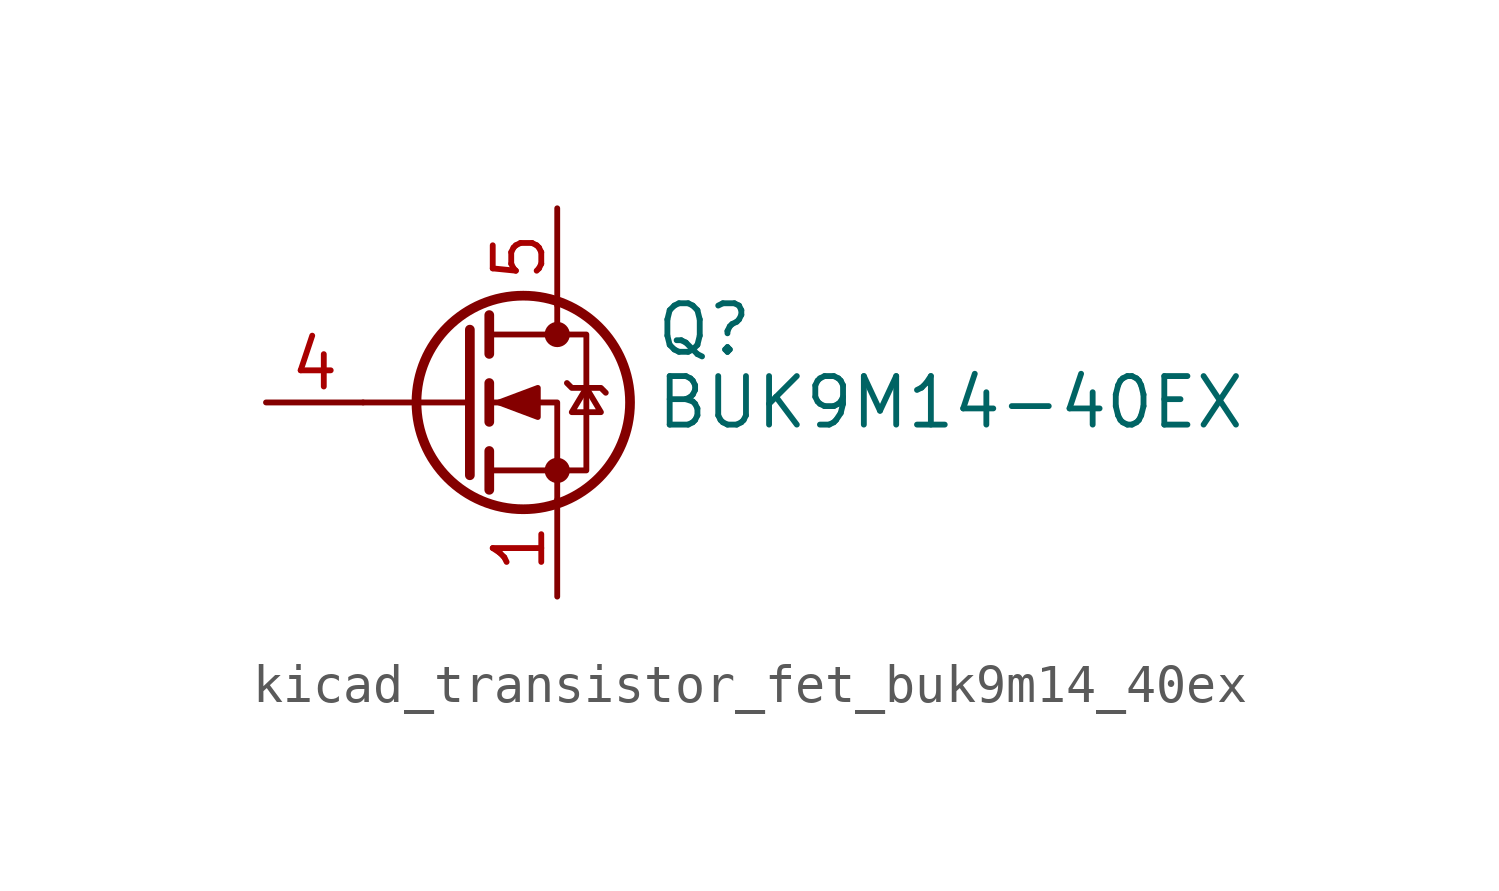
<source format=kicad_sym>
(kicad_symbol_lib
  (version 20220914)
  (generator kicad_symbol_editor)
  (symbol "kicad_transistor_fet_buk9m14_40ex"
    (pin_names hide)
    (property "Reference" "Q"
      (at 5.08 1.905 0)
      (effects (font (size 1.27 1.27)) (justify left)))
    (property "Value" "BUK9M14-40EX"
      (at 5.08 0 0)
      (effects (font (size 1.27 1.27)) (justify left)))
    (symbol "kicad_transistor_fet_buk9m14_40ex_0_1"
      (polyline (pts (xy 0.254 0) (xy -2.54 0)) (stroke (width 0) (type default)) (fill (type none)))
      (polyline (pts (xy 0.254 1.905) (xy 0.254 -1.905)) (stroke (width 0.254) (type default)) (fill (type none)))
      (polyline (pts (xy 0.762 -1.27) (xy 0.762 -2.286)) (stroke (width 0.254) (type default)) (fill (type none)))
      (polyline (pts (xy 0.762 0.508) (xy 0.762 -0.508)) (stroke (width 0.254) (type default)) (fill (type none)))
      (polyline (pts (xy 0.762 2.286) (xy 0.762 1.27)) (stroke (width 0.254) (type default)) (fill (type none)))
      (polyline (pts (xy 2.54 2.54) (xy 2.54 1.778)) (stroke (width 0) (type default)) (fill (type none)))
      (polyline (pts (xy 2.54 -2.54) (xy 2.54 0) (xy 0.762 0)) (stroke (width 0) (type default)) (fill (type none)))
      (polyline (pts (xy 0.762 -1.778) (xy 3.302 -1.778) (xy 3.302 1.778) (xy 0.762 1.778)) (stroke (width 0) (type default)) (fill (type none)))
      (polyline (pts (xy 1.016 0) (xy 2.032 0.381) (xy 2.032 -0.381) (xy 1.016 0)) (stroke (width 0) (type default)) (fill (type outline)))
      (polyline (pts (xy 2.794 0.508) (xy 2.921 0.381) (xy 3.683 0.381) (xy 3.81 0.254)) (stroke (width 0) (type default)) (fill (type none)))
      (polyline (pts (xy 3.302 0.381) (xy 2.921 -0.254) (xy 3.683 -0.254) (xy 3.302 0.381)) (stroke (width 0) (type default)) (fill (type none)))
      (circle (center 1.651 0) (radius 2.794) (stroke (width 0.254) (type default)) (fill (type none)))
      (circle (center 2.54 -1.778) (radius 0.254) (stroke (width 0) (type default)) (fill (type outline)))
      (circle (center 2.54 1.778) (radius 0.254) (stroke (width 0) (type default)) (fill (type outline))))
    (symbol "kicad_transistor_fet_buk9m14_40ex_1_1"
      (pin passive line (at 2.54 -5.08 90) (length 2.54) (name "S" (effects (font (size 1.27 1.27)))) (number "1" (effects (font (size 1.27 1.27)))))
      (pin passive line (at 2.54 -5.08 90) (length 2.54) hide (name "S" (effects (font (size 1.27 1.27)))) (number "2" (effects (font (size 1.27 1.27)))))
      (pin passive line (at 2.54 -5.08 90) (length 2.54) hide (name "S" (effects (font (size 1.27 1.27)))) (number "3" (effects (font (size 1.27 1.27)))))
      (pin passive line (at -5.08 0 0) (length 2.54) (name "G" (effects (font (size 1.27 1.27)))) (number "4" (effects (font (size 1.27 1.27)))))
      (pin passive line (at 2.54 5.08 270) (length 2.54) (name "D" (effects (font (size 1.27 1.27)))) (number "5" (effects (font (size 1.27 1.27))))))))
</source>
